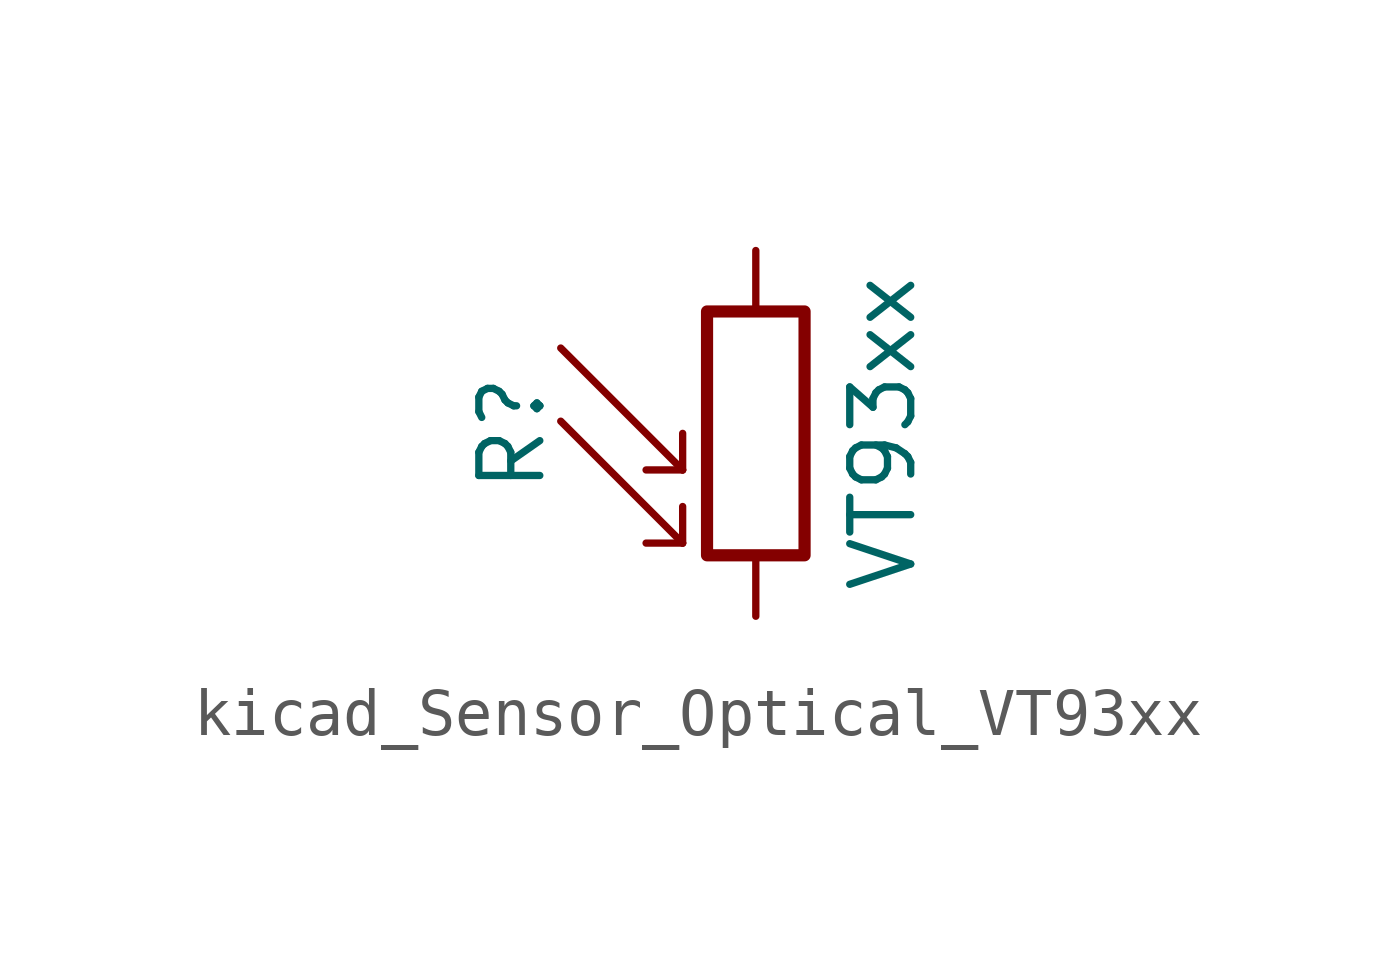
<source format=kicad_sym>
(kicad_symbol_lib
  (version 20220914)
  (generator kicad_symbol_editor)
  (symbol "kicad_Sensor_Optical_VT93xx"
    (pin_numbers hide)
    (pin_names
      (offset 0))
    (property "Reference" "R"
      (at -5.08 0 90)
      (effects (font (size 1.27 1.27))))
    (property "Value" "VT93xx"
      (at 1.905 0 90)
      (effects (font (size 1.27 1.27)) (justify top)))
    (symbol "kicad_Sensor_Optical_VT93xx_0_1"
      (rectangle (start -1.016 2.54) (end 1.016 -2.54) (stroke (width 0.254) (type default)) (fill (type none)))
      (polyline (pts (xy -1.524 -2.286) (xy -4.064 0.254)) (stroke (width 0) (type default)) (fill (type none)))
      (polyline (pts (xy -1.524 -2.286) (xy -2.286 -2.286)) (stroke (width 0) (type default)) (fill (type none)))
      (polyline (pts (xy -1.524 -2.286) (xy -1.524 -1.524)) (stroke (width 0) (type default)) (fill (type none)))
      (polyline (pts (xy -1.524 -0.762) (xy -4.064 1.778)) (stroke (width 0) (type default)) (fill (type none)))
      (polyline (pts (xy -1.524 -0.762) (xy -2.286 -0.762)) (stroke (width 0) (type default)) (fill (type none)))
      (polyline (pts (xy -1.524 -0.762) (xy -1.524 0)) (stroke (width 0) (type default)) (fill (type none))))
    (symbol "kicad_Sensor_Optical_VT93xx_1_1"
      (pin passive line (at 0 3.81 270) (length 1.27) (name "~" (effects (font (size 1.27 1.27)))) (number "1" (effects (font (size 1.27 1.27)))))
      (pin passive line (at 0 -3.81 90) (length 1.27) (name "~" (effects (font (size 1.27 1.27)))) (number "2" (effects (font (size 1.27 1.27))))))))
</source>
